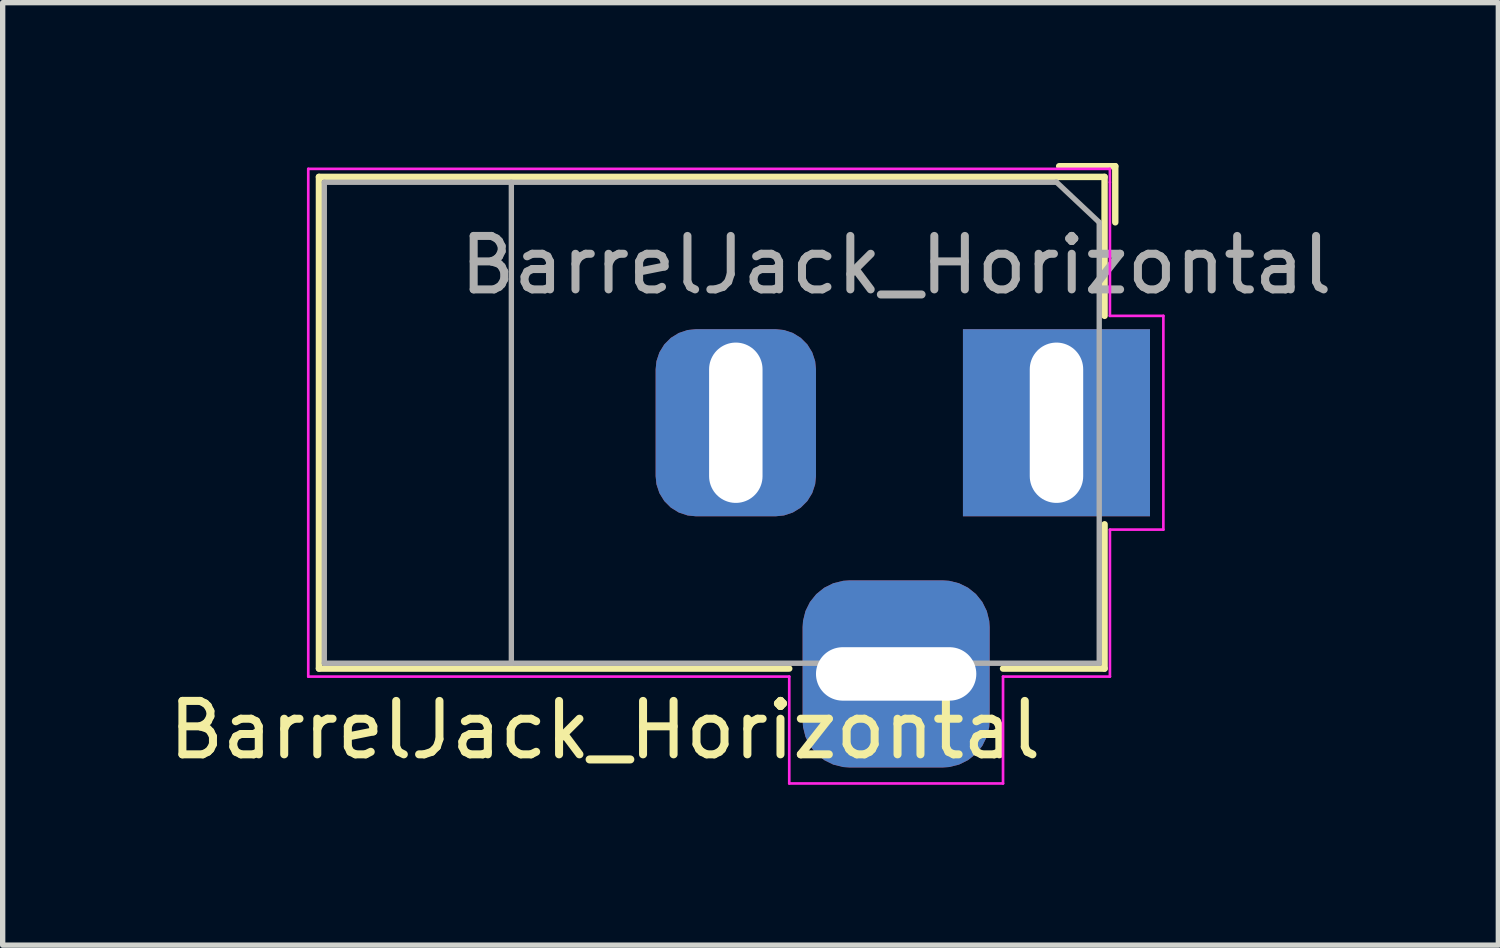
<source format=kicad_pcb>
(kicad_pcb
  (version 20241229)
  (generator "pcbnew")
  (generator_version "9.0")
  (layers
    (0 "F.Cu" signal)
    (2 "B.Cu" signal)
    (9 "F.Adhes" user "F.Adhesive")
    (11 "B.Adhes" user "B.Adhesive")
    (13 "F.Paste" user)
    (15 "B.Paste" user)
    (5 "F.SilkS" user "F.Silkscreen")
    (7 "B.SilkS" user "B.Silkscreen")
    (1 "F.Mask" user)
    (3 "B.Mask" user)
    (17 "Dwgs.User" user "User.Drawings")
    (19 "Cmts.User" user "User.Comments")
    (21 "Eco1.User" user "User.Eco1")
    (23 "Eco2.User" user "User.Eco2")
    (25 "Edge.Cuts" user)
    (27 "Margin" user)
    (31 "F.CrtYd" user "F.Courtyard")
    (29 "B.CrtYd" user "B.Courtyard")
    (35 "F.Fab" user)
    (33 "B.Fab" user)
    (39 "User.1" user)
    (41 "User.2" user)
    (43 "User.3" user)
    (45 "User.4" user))
  (footprint "BarrelJack_Horizontal"
    (layer "F.Cu")
    (at 16.718 4.86)
    (property "Reference" "BarrelJack_Horizontal" (at -8.45 5.75 0) (layer "F.SilkS") (effects (font (size 1 1) (thickness 0.15))))
    (attr through_hole)
    (fp_line (start -13.8 -4.6) (end 0.9 -4.6) (stroke (width 0.12) (type solid)) (layer "F.SilkS"))
    (fp_line (start -13.8 4.6) (end -13.8 -4.6) (stroke (width 0.12) (type solid)) (layer "F.SilkS"))
    (fp_line (start -5 4.6) (end -13.8 4.6) (stroke (width 0.12) (type solid)) (layer "F.SilkS"))
    (fp_line (start 0.05 -4.8) (end 1.1 -4.8) (stroke (width 0.12) (type solid)) (layer "F.SilkS"))
    (fp_line (start 0.9 -4.6) (end 0.9 -2) (stroke (width 0.12) (type solid)) (layer "F.SilkS"))
    (fp_line (start 0.9 1.9) (end 0.9 4.6) (stroke (width 0.12) (type solid)) (layer "F.SilkS"))
    (fp_line (start 0.9 4.6) (end -1 4.6) (stroke (width 0.12) (type solid)) (layer "F.SilkS"))
    (fp_line (start 1.1 -3.75) (end 1.1 -4.8) (stroke (width 0.12) (type solid)) (layer "F.SilkS"))
    (fp_line (start -14 4.75) (end -14 -4.75) (stroke (width 0.05) (type solid)) (layer "F.CrtYd"))
    (fp_line (start -5 4.75) (end -14 4.75) (stroke (width 0.05) (type solid)) (layer "F.CrtYd"))
    (fp_line (start -5 6.75) (end -5 4.75) (stroke (width 0.05) (type solid)) (layer "F.CrtYd"))
    (fp_line (start -1 4.75) (end -1 6.75) (stroke (width 0.05) (type solid)) (layer "F.CrtYd"))
    (fp_line (start -1 6.75) (end -5 6.75) (stroke (width 0.05) (type solid)) (layer "F.CrtYd"))
    (fp_line (start 1 -4.75) (end -14 -4.75) (stroke (width 0.05) (type solid)) (layer "F.CrtYd"))
    (fp_line (start 1 -4.5) (end 1 -4.75) (stroke (width 0.05) (type solid)) (layer "F.CrtYd"))
    (fp_line (start 1 -4.5) (end 1 -2) (stroke (width 0.05) (type solid)) (layer "F.CrtYd"))
    (fp_line (start 1 -2) (end 2 -2) (stroke (width 0.05) (type solid)) (layer "F.CrtYd"))
    (fp_line (start 1 2) (end 1 4.75) (stroke (width 0.05) (type solid)) (layer "F.CrtYd"))
    (fp_line (start 1 4.75) (end -1 4.75) (stroke (width 0.05) (type solid)) (layer "F.CrtYd"))
    (fp_line (start 2 -2) (end 2 2) (stroke (width 0.05) (type solid)) (layer "F.CrtYd"))
    (fp_line (start 2 2) (end 1 2) (stroke (width 0.05) (type solid)) (layer "F.CrtYd"))
    (fp_line (start -13.7 -4.5) (end -13.7 4.5) (stroke (width 0.1) (type solid)) (layer "F.Fab"))
    (fp_line (start -13.7 4.5) (end 0.8 4.5) (stroke (width 0.1) (type solid)) (layer "F.Fab"))
    (fp_line (start -10.2 -4.5) (end -10.2 4.5) (stroke (width 0.1) (type solid)) (layer "F.Fab"))
    (fp_line (start -0.003 -4.505) (end 0.8 -3.75) (stroke (width 0.1) (type solid)) (layer "F.Fab"))
    (fp_line (start 0 -4.5) (end -13.7 -4.5) (stroke (width 0.1) (type solid)) (layer "F.Fab"))
    (fp_line (start 0.8 4.5) (end 0.8 -3.75) (stroke (width 0.1) (type solid)) (layer "F.Fab"))
    (fp_text user "${REFERENCE}" (at -3 -2.95 0) (layer "F.Fab") (effects (font (size 1 1) (thickness 0.15))))
    (pad "1" thru_hole rect (at 0 0) (size 3.5 3.5) (drill oval 1 3) (layers "*.Cu" "*.Mask"))
    (pad "2" thru_hole roundrect (at -6 0) (size 3 3.5) (drill oval 1 3) (layers "*.Cu" "*.Mask") (roundrect_rratio 0.25))
    (pad "3" thru_hole roundrect (at -3 4.7) (size 3.5 3.5) (drill oval 3 1) (layers "*.Cu" "*.Mask") (roundrect_rratio 0.25)))
  (gr_rect
    (start -3 -3)
    (end 24.986 14.635)
    (stroke (width 0.1) (type default))
    (fill no)
    (layer "Edge.Cuts")))
</source>
